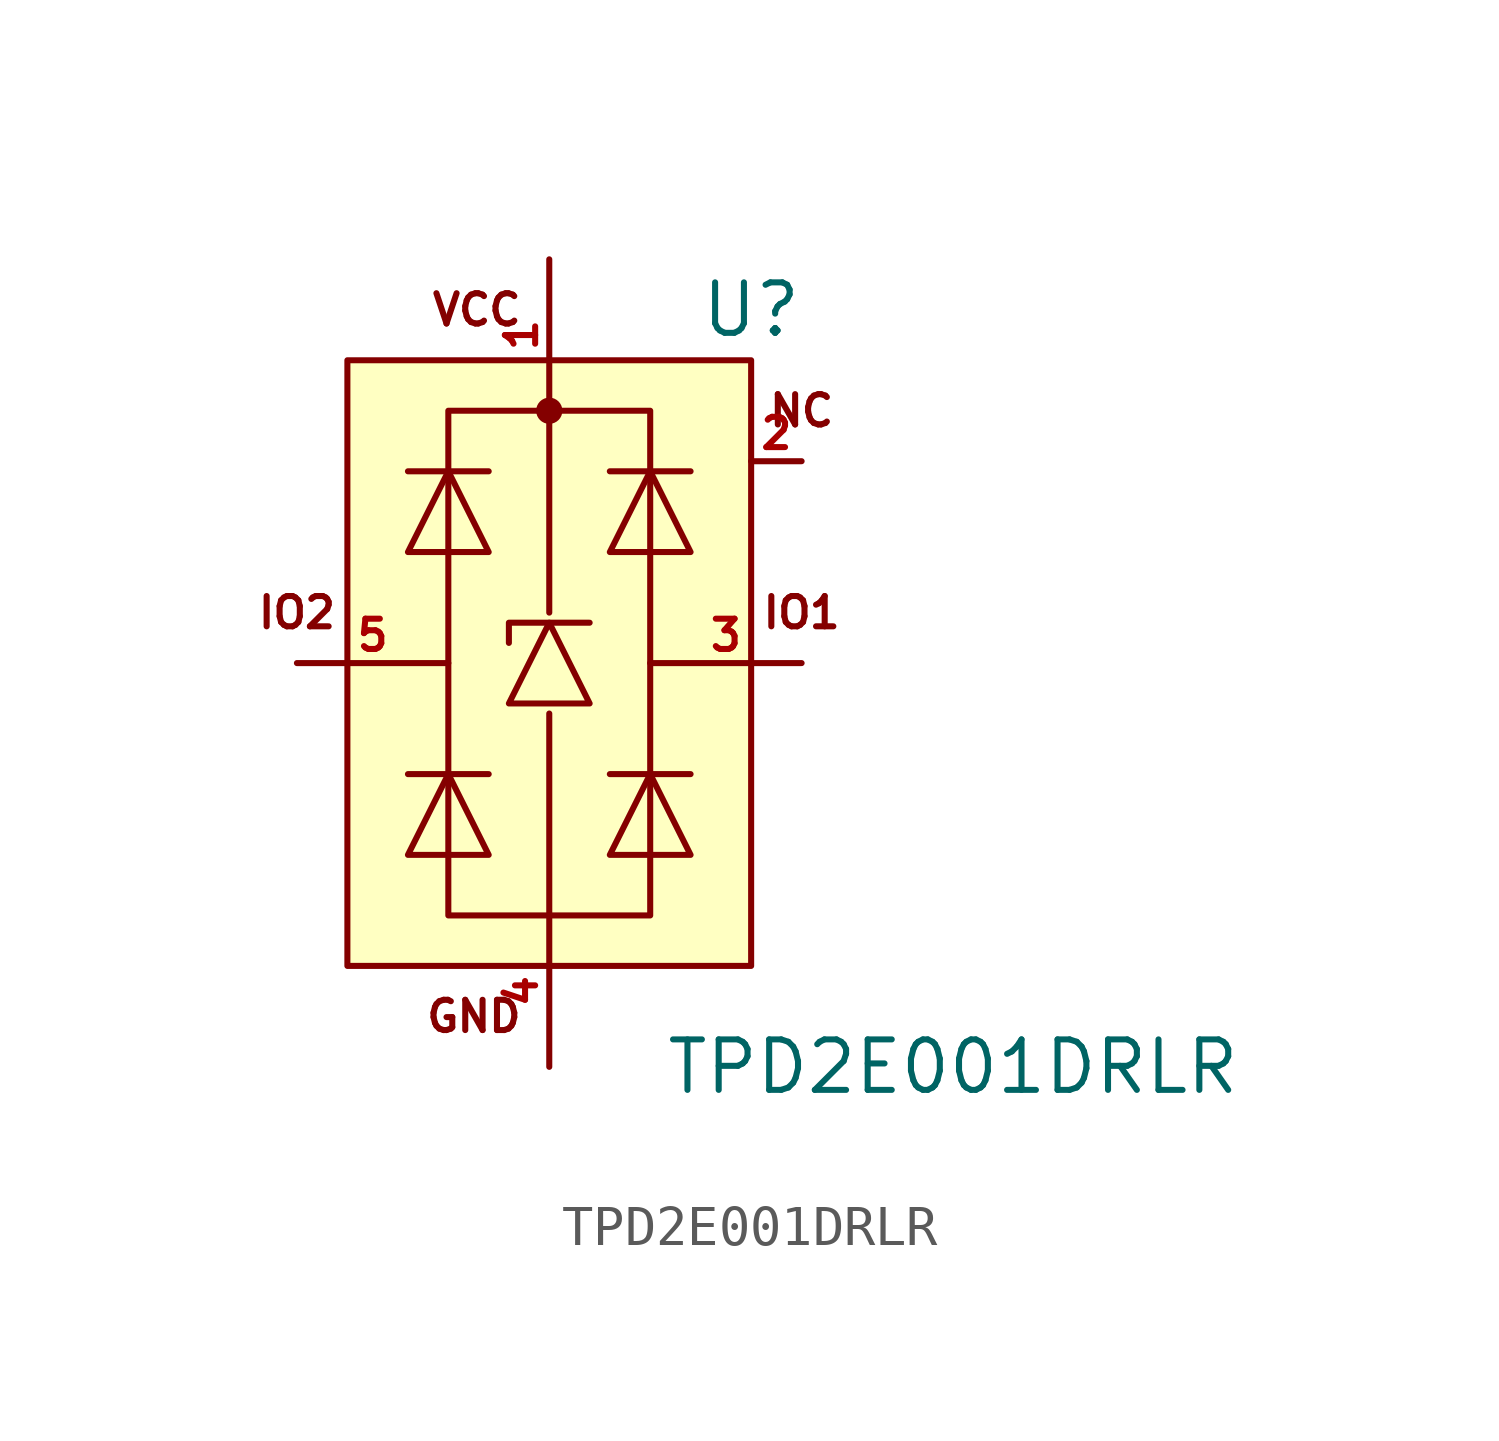
<source format=kicad_sym>
(kicad_symbol_lib
  (version 20211014)
  (generator kicad_symbol_editor)
  (symbol "acheron_Symbols:TPD2E001DRLR"
    (pin_names
      (offset 0))
    (property "Reference" "U"
      (at 5.08 8.89 0)
      (effects (font (size 1.27 1.27))))
    (property "Value" "TPD2E001DRLR"
      (at 10.16 -10.16 0)
      (effects (font (size 1.27 1.27))))
    (symbol "TPD2E001DRLR_0_0"
      (text "IO2" (at -6.35 1.27 0) (effects (font (size 0.762 0.762)))))
    (symbol "TPD2E001DRLR_0_1"
      (rectangle (start -2.54 6.35) (end 2.54 -6.35) (stroke (width 0) (type default) (color 0 0 0 0)) (fill (type none)))
      (rectangle (start 0 -1.27) (end 0 -6.35) (stroke (width 0) (type default) (color 0 0 0 0)) (fill (type none)))
      (polyline (pts (xy -1.524 -2.794) (xy -3.556 -2.794)) (stroke (width 0) (type default) (color 0 0 0 0)) (fill (type none)))
      (polyline (pts (xy -1.524 4.826) (xy -3.556 4.826)) (stroke (width 0) (type default) (color 0 0 0 0)) (fill (type none)))
      (polyline (pts (xy 0 1.27) (xy 0 6.35)) (stroke (width 0) (type default) (color 0 0 0 0)) (fill (type none)))
      (polyline (pts (xy 1.524 -2.794) (xy 3.556 -2.794)) (stroke (width 0) (type default) (color 0 0 0 0)) (fill (type none)))
      (polyline (pts (xy 1.524 4.826) (xy 3.556 4.826)) (stroke (width 0) (type default) (color 0 0 0 0)) (fill (type none)))
      (polyline (pts (xy -3.556 -4.826) (xy -1.524 -4.826) (xy -2.54 -2.794) (xy -3.556 -4.826)) (stroke (width 0) (type default) (color 0 0 0 0)) (fill (type none)))
      (polyline (pts (xy -3.556 2.794) (xy -1.524 2.794) (xy -2.54 4.826) (xy -3.556 2.794)) (stroke (width 0) (type default) (color 0 0 0 0)) (fill (type none)))
      (polyline (pts (xy -1.016 -1.016) (xy 1.016 -1.016) (xy 0 1.016) (xy -1.016 -1.016)) (stroke (width 0) (type default) (color 0 0 0 0)) (fill (type none)))
      (polyline (pts (xy 1.016 1.016) (xy 0.762 1.016) (xy -1.016 1.016) (xy -1.016 0.508)) (stroke (width 0) (type default) (color 0 0 0 0)) (fill (type none)))
      (polyline (pts (xy 3.556 -4.826) (xy 1.524 -4.826) (xy 2.54 -2.794) (xy 3.556 -4.826)) (stroke (width 0) (type default) (color 0 0 0 0)) (fill (type none)))
      (polyline (pts (xy 3.556 2.794) (xy 1.524 2.794) (xy 2.54 4.826) (xy 3.556 2.794)) (stroke (width 0) (type default) (color 0 0 0 0)) (fill (type none)))
      (circle (center 0 6.35) (radius 0.254) (stroke (width 0) (type default) (color 0 0 0 0)) (fill (type outline)))
      (rectangle (start 5.08 7.62) (end -5.08 -7.62) (stroke (width 0) (type default) (color 0 0 0 0)) (fill (type background))))
    (symbol "TPD2E001DRLR_1_1"
      (text "GND" (at -0.635 -8.89 0) (effects (font (size 0.762 0.762)) (justify right)))
      (text "IO1" (at 6.35 1.27 0) (effects (font (size 0.762 0.762))))
      (text "NC" (at 6.35 6.35 0) (effects (font (size 0.762 0.762))))
      (text "VCC" (at -0.635 8.89 0) (effects (font (size 0.762 0.762)) (justify right)))
      (pin passive line (at 0 10.16 270) (length 3.81) (name "VBUS" (effects (font (size 0 0)))) (number "1" (effects (font (size 0.762 0.762)))))
      (pin passive line (at 6.35 5.08 180) (length 1.27) (name "IO1" (effects (font (size 0 0)))) (number "2" (effects (font (size 0.762 0.762)))))
      (pin passive line (at 6.35 0 180) (length 3.81) (name "IO1" (effects (font (size 0 0)))) (number "3" (effects (font (size 0.762 0.762)))))
      (pin passive line (at 0 -10.16 90) (length 3.81) (name "GND" (effects (font (size 0 0)))) (number "4" (effects (font (size 0.762 0.762)))))
      (pin passive line (at -6.35 0 0) (length 3.81) (name "IO2" (effects (font (size 0 0)))) (number "5" (effects (font (size 0.762 0.762))))))))
</source>
